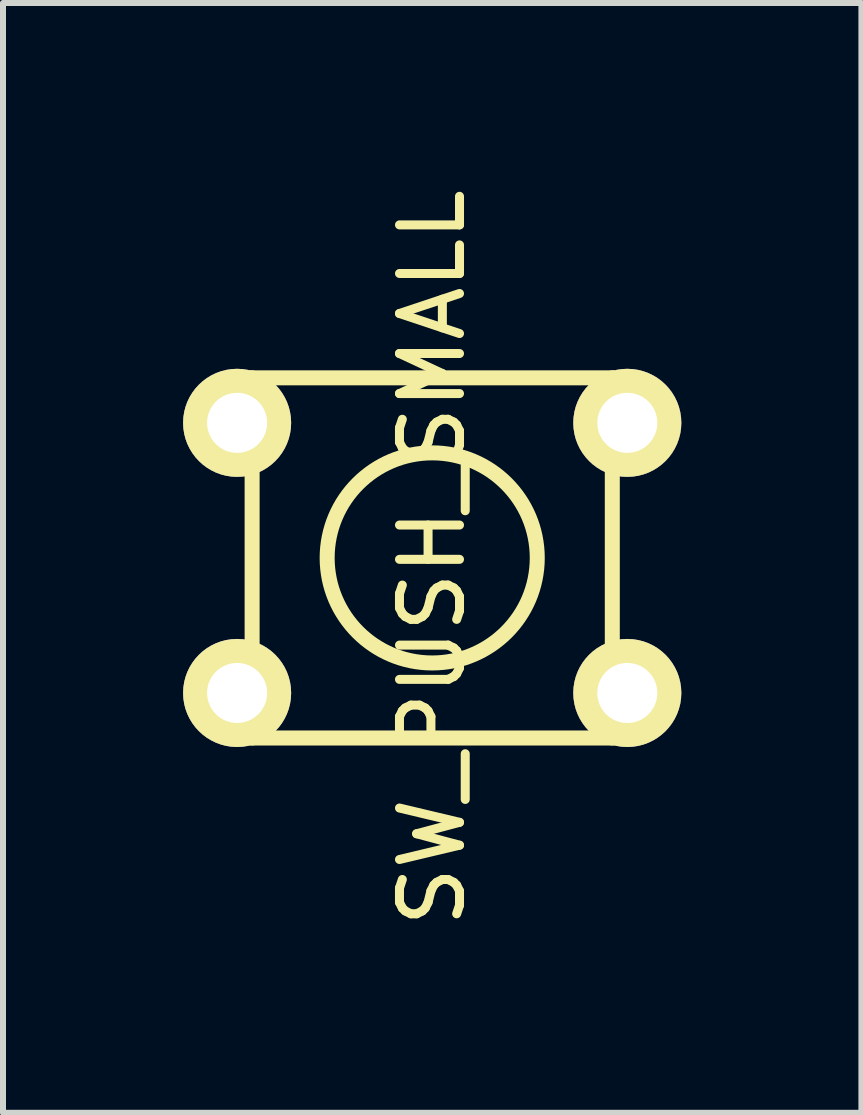
<source format=kicad_pcb>
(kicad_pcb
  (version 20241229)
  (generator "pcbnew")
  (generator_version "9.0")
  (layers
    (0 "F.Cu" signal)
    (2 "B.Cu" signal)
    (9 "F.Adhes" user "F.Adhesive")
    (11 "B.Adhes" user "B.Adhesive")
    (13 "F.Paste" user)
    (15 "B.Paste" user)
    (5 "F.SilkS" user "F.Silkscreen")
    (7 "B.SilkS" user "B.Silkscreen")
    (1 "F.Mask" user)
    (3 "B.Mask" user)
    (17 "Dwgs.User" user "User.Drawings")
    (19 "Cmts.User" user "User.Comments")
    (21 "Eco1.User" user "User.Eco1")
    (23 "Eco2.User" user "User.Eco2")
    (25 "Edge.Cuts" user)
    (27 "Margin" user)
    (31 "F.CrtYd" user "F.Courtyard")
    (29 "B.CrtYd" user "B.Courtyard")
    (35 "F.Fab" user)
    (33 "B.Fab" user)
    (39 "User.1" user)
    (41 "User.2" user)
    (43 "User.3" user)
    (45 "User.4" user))
  (footprint "SW_PUSH_SMALL"
    (layer "F.Cu")
    (at 4.15 6.244)
    (property "Reference" "SW_PUSH_SMALL" (at 0 0 90) (layer "F.SilkS") (effects (font (size 1 1) (thickness 0.15))))
    (attr through_hole)
    (fp_line (start -3 -3) (end 3 -3) (stroke (width 0.25) (type solid)) (layer "F.SilkS"))
    (fp_line (start -3 3) (end -3 -3) (stroke (width 0.25) (type solid)) (layer "F.SilkS"))
    (fp_line (start 3 -3) (end 3 3) (stroke (width 0.25) (type solid)) (layer "F.SilkS"))
    (fp_line (start 3 3) (end -3 3) (stroke (width 0.25) (type solid)) (layer "F.SilkS"))
    (fp_circle (center 0 0) (end -1.75 0) (stroke (width 0.25) (type solid)) (fill no) (layer "F.SilkS"))
    (pad "1" thru_hole circle (at -3.25 -2.25) (size 1.8 1.8) (drill 1) (layers "*.Cu" "*.Mask" "F.SilkS"))
    (pad "1" thru_hole circle (at 3.25 -2.25) (size 1.8 1.8) (drill 1) (layers "*.Cu" "*.Mask" "F.SilkS"))
    (pad "2" thru_hole circle (at -3.25 2.25) (size 1.8 1.8) (drill 1) (layers "*.Cu" "*.Mask" "F.SilkS"))
    (pad "2" thru_hole circle (at 3.25 2.25) (size 1.8 1.8) (drill 1) (layers "*.Cu" "*.Mask" "F.SilkS")))
  (gr_rect
    (start -3 -3)
    (end 11.3 15.488)
    (stroke (width 0.1) (type default))
    (fill no)
    (layer "Edge.Cuts")))
</source>
